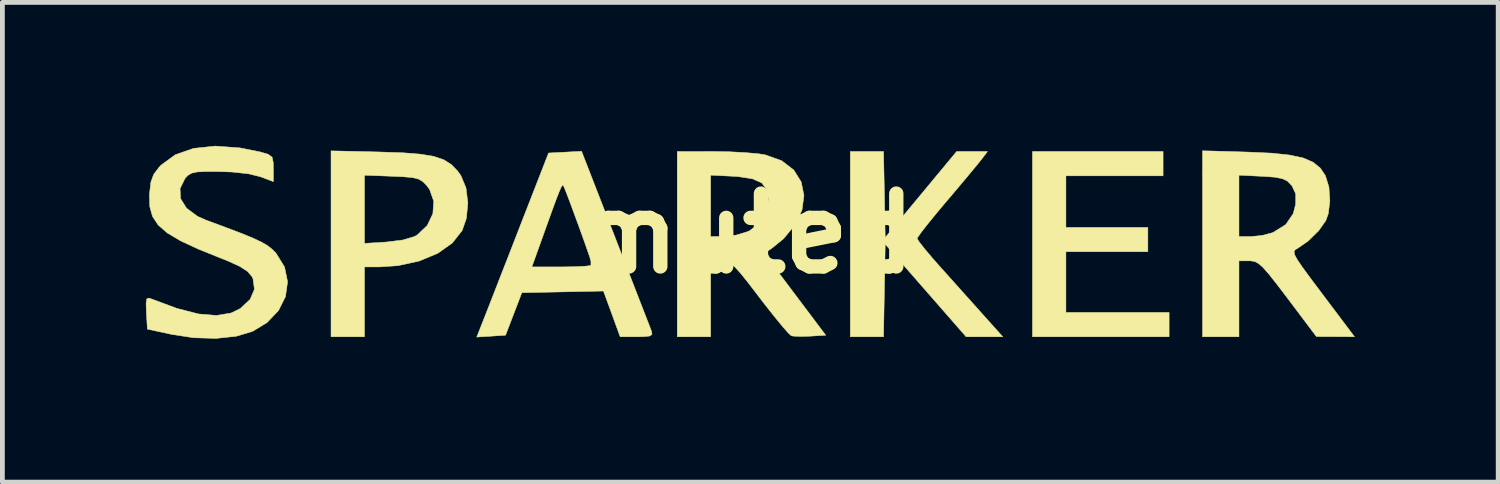
<source format=kicad_pcb>
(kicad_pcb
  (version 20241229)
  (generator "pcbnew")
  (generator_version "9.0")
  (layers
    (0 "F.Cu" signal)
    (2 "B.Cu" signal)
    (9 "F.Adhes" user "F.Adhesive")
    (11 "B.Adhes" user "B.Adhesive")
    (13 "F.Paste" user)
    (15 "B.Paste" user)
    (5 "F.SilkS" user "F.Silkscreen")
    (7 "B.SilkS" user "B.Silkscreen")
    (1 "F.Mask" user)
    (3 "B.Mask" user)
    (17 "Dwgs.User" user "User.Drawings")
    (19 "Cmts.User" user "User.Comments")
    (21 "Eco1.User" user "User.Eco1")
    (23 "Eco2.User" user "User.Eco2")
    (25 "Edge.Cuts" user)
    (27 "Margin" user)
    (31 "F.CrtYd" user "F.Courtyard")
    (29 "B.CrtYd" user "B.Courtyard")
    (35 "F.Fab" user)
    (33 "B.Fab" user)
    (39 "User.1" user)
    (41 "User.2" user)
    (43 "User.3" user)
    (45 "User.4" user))
  (footprint "muted"
    (layer "F.Cu")
    (at 12.573 1.833)
    (property "Reference" "muted" (at 0 0 0) (layer "F.SilkS") (effects (font (size 1.524 1.524) (thickness 0.3))))
    (attr through_hole)
    (fp_poly (pts (xy 8.7 -1.206) (xy 6.668 -1.206) (xy 6.668 -0.127) (xy 8.382 -0.127) (xy 8.382 0.381) (xy 6.668 0.381) (xy 6.668 1.651) (xy 8.826 1.651) (xy 8.826 2.159) (xy 5.969 2.159) (xy 5.969 -1.714) (xy 8.7 -1.714) (xy 8.7 -1.206)) (stroke (width 0.01) (type solid)) (fill yes) (layer "F.SilkS"))
    (fp_poly (pts (xy 2.872 -0.815) (xy 2.889 0.085) (xy 3.636 -0.815) (xy 4.382 -1.714) (xy 5.027 -1.714) (xy 4.911 -1.561) (xy 4.829 -1.459) (xy 4.683 -1.282) (xy 4.49 -1.051) (xy 4.269 -0.789) (xy 4.175 -0.679) (xy 3.959 -0.421) (xy 3.776 -0.196) (xy 3.64 -0.022) (xy 3.566 0.084) (xy 3.556 0.104) (xy 3.596 0.171) (xy 3.704 0.31) (xy 3.863 0.499) (xy 4.01 0.667) (xy 4.265 0.951) (xy 4.551 1.271) (xy 4.821 1.571) (xy 4.906 1.667) (xy 5.347 2.159) (xy 4.581 2.159) (xy 2.889 0.223) (xy 2.854 2.159) (xy 2.159 2.159) (xy 2.159 -1.714) (xy 2.854 -1.714) (xy 2.872 -0.815)) (stroke (width 0.01) (type solid)) (fill yes) (layer "F.SilkS"))
    (fp_poly (pts (xy -7.668 -1.704) (xy -7.195 -1.688) (xy -6.83 -1.659) (xy -6.552 -1.613) (xy -6.343 -1.542) (xy -6.184 -1.442) (xy -6.054 -1.308) (xy -5.986 -1.213) (xy -5.878 -0.955) (xy -5.839 -0.641) (xy -5.869 -0.319) (xy -5.958 -0.063) (xy -6.164 0.199) (xy -6.47 0.415) (xy -6.857 0.576) (xy -7.303 0.673) (xy -7.694 0.699) (xy -8.001 0.699) (xy -8.001 2.159) (xy -8.7 2.159) (xy -8.7 0.207) (xy -8.001 0.207) (xy -7.538 0.178) (xy -7.2 0.136) (xy -6.958 0.064) (xy -6.9 0.033) (xy -6.689 -0.167) (xy -6.571 -0.413) (xy -6.552 -0.675) (xy -6.638 -0.92) (xy -6.694 -0.997) (xy -6.776 -1.082) (xy -6.864 -1.136) (xy -6.99 -1.168) (xy -7.185 -1.186) (xy -7.424 -1.197) (xy -8.001 -1.219) (xy -8.001 0.207) (xy -8.7 0.207) (xy -8.7 -1.728) (xy -7.668 -1.704)) (stroke (width 0.01) (type solid)) (fill yes) (layer "F.SilkS"))
    (fp_poly (pts (xy -0.367 -1.709) (xy -0.044 -1.692) (xy 0.226 -1.669) (xy 0.38 -1.645) (xy 0.726 -1.521) (xy 0.977 -1.327) (xy 1.132 -1.079) (xy 1.19 -0.796) (xy 1.149 -0.492) (xy 1.007 -0.185) (xy 0.764 0.108) (xy 0.543 0.289) (xy 0.359 0.419) (xy 1.002 1.273) (xy 1.645 2.127) (xy 1.322 2.147) (xy 1.121 2.153) (xy 0.968 2.146) (xy 0.923 2.137) (xy 0.859 2.078) (xy 0.735 1.936) (xy 0.566 1.73) (xy 0.366 1.476) (xy 0.261 1.34) (xy 0.035 1.044) (xy -0.132 0.836) (xy -0.255 0.7) (xy -0.349 0.621) (xy -0.431 0.583) (xy -0.516 0.572) (xy -0.543 0.572) (xy -0.762 0.572) (xy -0.762 2.159) (xy -1.46 2.159) (xy -1.46 0.064) (xy -0.762 0.064) (xy -0.474 0.064) (xy -0.23 0.034) (xy 0.009 -0.038) (xy 0.054 -0.058) (xy 0.287 -0.237) (xy 0.415 -0.484) (xy 0.445 -0.723) (xy 0.412 -0.921) (xy 0.306 -1.059) (xy 0.11 -1.145) (xy -0.19 -1.19) (xy -0.291 -1.197) (xy -0.762 -1.22) (xy -0.762 0.064) (xy -1.46 0.064) (xy -1.46 -1.714) (xy -0.702 -1.715) (xy -0.367 -1.709)) (stroke (width 0.01) (type solid)) (fill yes) (layer "F.SilkS"))
    (fp_poly (pts (xy -2.75 0.109) (xy -2.572 0.567) (xy -2.407 0.99) (xy -2.262 1.363) (xy -2.143 1.67) (xy -2.055 1.896) (xy -2.005 2.026) (xy -1.997 2.048) (xy -1.988 2.112) (xy -2.04 2.145) (xy -2.178 2.158) (xy -2.305 2.159) (xy -2.654 2.159) (xy -2.828 1.681) (xy -3.003 1.203) (xy -3.856 1.221) (xy -4.71 1.238) (xy -5.051 2.127) (xy -5.352 2.147) (xy -5.653 2.166) (xy -5.558 1.924) (xy -5.51 1.803) (xy -5.423 1.581) (xy -5.304 1.276) (xy -5.16 0.906) (xy -5.079 0.699) (xy -4.501 0.699) (xy -3.87 0.699) (xy -3.604 0.695) (xy -3.393 0.685) (xy -3.265 0.67) (xy -3.239 0.659) (xy -3.259 0.586) (xy -3.314 0.422) (xy -3.394 0.193) (xy -3.489 -0.072) (xy -3.59 -0.347) (xy -3.685 -0.605) (xy -3.766 -0.82) (xy -3.823 -0.963) (xy -3.845 -1.008) (xy -3.861 -1.009) (xy -3.885 -0.973) (xy -3.925 -0.884) (xy -3.986 -0.729) (xy -4.074 -0.49) (xy -4.195 -0.154) (xy -4.256 0.016) (xy -4.501 0.699) (xy -5.079 0.699) (xy -4.997 0.49) (xy -4.824 0.044) (xy -4.807 0) (xy -4.151 -1.683) (xy -3.806 -1.701) (xy -3.461 -1.719) (xy -2.75 0.109)) (stroke (width 0.01) (type solid)) (fill yes) (layer "F.SilkS"))
    (fp_poly (pts (xy 10.493 -1.702) (xy 10.977 -1.68) (xy 11.351 -1.64) (xy 11.633 -1.579) (xy 11.84 -1.489) (xy 11.989 -1.367) (xy 12.095 -1.209) (xy 12.168 -0.972) (xy 12.188 -0.686) (xy 12.155 -0.412) (xy 12.102 -0.267) (xy 11.952 -0.056) (xy 11.738 0.154) (xy 11.517 0.308) (xy 11.509 0.312) (xy 11.461 0.342) (xy 11.439 0.381) (xy 11.451 0.445) (xy 11.507 0.549) (xy 11.615 0.707) (xy 11.782 0.935) (xy 12.017 1.248) (xy 12.035 1.272) (xy 12.703 2.159) (xy 12.305 2.157) (xy 11.906 2.155) (xy 11.31 1.363) (xy 11.081 1.062) (xy 10.912 0.849) (xy 10.788 0.708) (xy 10.693 0.625) (xy 10.612 0.584) (xy 10.529 0.572) (xy 10.5 0.572) (xy 10.287 0.572) (xy 10.287 2.159) (xy 9.525 2.159) (xy 9.525 0.064) (xy 10.287 0.064) (xy 10.543 0.064) (xy 10.77 0.041) (xy 10.983 -0.015) (xy 11.003 -0.023) (xy 11.266 -0.187) (xy 11.423 -0.417) (xy 11.473 -0.615) (xy 11.474 -0.828) (xy 11.398 -0.993) (xy 11.38 -1.015) (xy 11.298 -1.098) (xy 11.193 -1.148) (xy 11.031 -1.178) (xy 10.777 -1.196) (xy 10.77 -1.196) (xy 10.287 -1.22) (xy 10.287 0.064) (xy 9.525 0.064) (xy 9.525 -1.73) (xy 10.493 -1.702)) (stroke (width 0.01) (type solid)) (fill yes) (layer "F.SilkS"))
    (fp_poly (pts (xy -10.602 -1.79) (xy -10.183 -1.706) (xy -10.013 -1.656) (xy -9.932 -1.595) (xy -9.908 -1.479) (xy -9.906 -1.361) (xy -9.906 -1.085) (xy -10.176 -1.187) (xy -10.427 -1.249) (xy -10.774 -1.286) (xy -11.038 -1.295) (xy -11.32 -1.296) (xy -11.504 -1.287) (xy -11.619 -1.261) (xy -11.696 -1.214) (xy -11.753 -1.152) (xy -11.858 -0.94) (xy -11.846 -0.727) (xy -11.722 -0.529) (xy -11.495 -0.36) (xy -11.318 -0.281) (xy -10.891 -0.123) (xy -10.565 0.001) (xy -10.325 0.1) (xy -10.151 0.182) (xy -10.026 0.255) (xy -9.934 0.328) (xy -9.855 0.408) (xy -9.849 0.415) (xy -9.672 0.701) (xy -9.609 1.01) (xy -9.653 1.32) (xy -9.799 1.612) (xy -10.041 1.865) (xy -10.34 2.046) (xy -10.683 2.149) (xy -11.105 2.194) (xy -11.572 2.18) (xy -12.033 2.11) (xy -12.541 2) (xy -12.561 1.659) (xy -12.568 1.464) (xy -12.554 1.369) (xy -12.512 1.35) (xy -12.465 1.365) (xy -11.925 1.566) (xy -11.471 1.683) (xy -11.094 1.714) (xy -10.787 1.662) (xy -10.599 1.57) (xy -10.393 1.379) (xy -10.302 1.167) (xy -10.331 0.949) (xy -10.354 0.901) (xy -10.446 0.793) (xy -10.609 0.688) (xy -10.867 0.57) (xy -10.987 0.523) (xy -11.473 0.327) (xy -11.848 0.153) (xy -12.125 -0.012) (xy -12.316 -0.178) (xy -12.434 -0.357) (xy -12.49 -0.56) (xy -12.498 -0.797) (xy -12.495 -0.842) (xy -12.468 -1.074) (xy -12.409 -1.236) (xy -12.297 -1.385) (xy -12.252 -1.432) (xy -11.957 -1.647) (xy -11.576 -1.78) (xy -11.12 -1.828) (xy -10.602 -1.79)) (stroke (width 0.01) (type solid)) (fill yes) (layer "F.SilkS")))
  (gr_rect
    (start -3 -3)
    (end 28.281 7.032)
    (stroke (width 0.1) (type default))
    (fill no)
    (layer "Edge.Cuts")))
</source>
